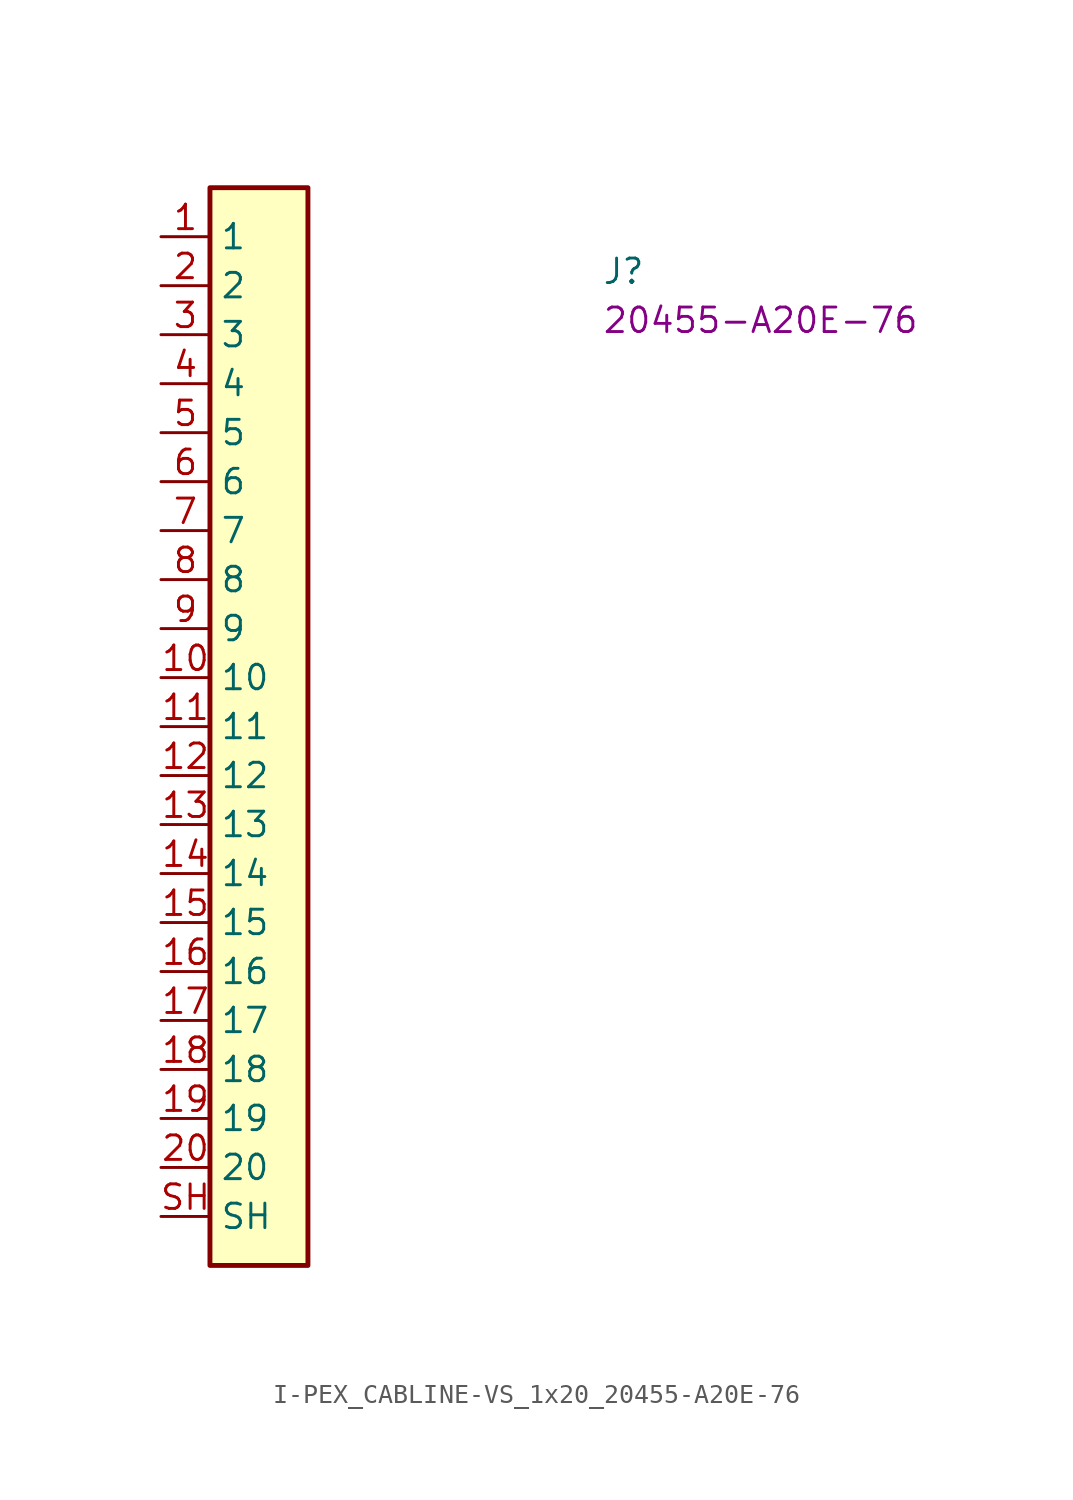
<source format=kicad_sym>
(kicad_symbol_lib
  (version 20220914)
  (generator kicad_symbol_editor)
  (symbol "I-PEX_CABLINE-VS_1x20_20455-A20E-76"
    (property "Reference" "J"
      (at 22.86 -2.54 0)
      (effects (font (size 1.27 1.27) (thickness 0.15)) (justify left bottom)))
    (property "MPN" "20455-A20E-76"
      (at 22.86 -5.08 0)
      (effects (font (size 1.27 1.27) (thickness 0.15)) (justify left bottom)))
    (symbol "I-PEX_CABLINE-VS_1x20_20455-A20E-76_1_1"
      (rectangle (start 2.54 2.54) (end 7.62 -53.34) (stroke (width 0.254) (type default)) (fill (type background)))
      (pin passive line (at 0 0 0) (length 2.54) (name "1" (effects (font (size 1.27 1.27)))) (number "1" (effects (font (size 1.27 1.27)))))
      (pin passive line (at 0 -22.86 0) (length 2.54) (name "10" (effects (font (size 1.27 1.27)))) (number "10" (effects (font (size 1.27 1.27)))))
      (pin passive line (at 0 -25.4 0) (length 2.54) (name "11" (effects (font (size 1.27 1.27)))) (number "11" (effects (font (size 1.27 1.27)))))
      (pin passive line (at 0 -27.94 0) (length 2.54) (name "12" (effects (font (size 1.27 1.27)))) (number "12" (effects (font (size 1.27 1.27)))))
      (pin passive line (at 0 -30.48 0) (length 2.54) (name "13" (effects (font (size 1.27 1.27)))) (number "13" (effects (font (size 1.27 1.27)))))
      (pin passive line (at 0 -33.02 0) (length 2.54) (name "14" (effects (font (size 1.27 1.27)))) (number "14" (effects (font (size 1.27 1.27)))))
      (pin passive line (at 0 -35.56 0) (length 2.54) (name "15" (effects (font (size 1.27 1.27)))) (number "15" (effects (font (size 1.27 1.27)))))
      (pin passive line (at 0 -38.1 0) (length 2.54) (name "16" (effects (font (size 1.27 1.27)))) (number "16" (effects (font (size 1.27 1.27)))))
      (pin passive line (at 0 -40.64 0) (length 2.54) (name "17" (effects (font (size 1.27 1.27)))) (number "17" (effects (font (size 1.27 1.27)))))
      (pin passive line (at 0 -43.18 0) (length 2.54) (name "18" (effects (font (size 1.27 1.27)))) (number "18" (effects (font (size 1.27 1.27)))))
      (pin passive line (at 0 -45.72 0) (length 2.54) (name "19" (effects (font (size 1.27 1.27)))) (number "19" (effects (font (size 1.27 1.27)))))
      (pin passive line (at 0 -2.54 0) (length 2.54) (name "2" (effects (font (size 1.27 1.27)))) (number "2" (effects (font (size 1.27 1.27)))))
      (pin passive line (at 0 -48.26 0) (length 2.54) (name "20" (effects (font (size 1.27 1.27)))) (number "20" (effects (font (size 1.27 1.27)))))
      (pin passive line (at 0 -5.08 0) (length 2.54) (name "3" (effects (font (size 1.27 1.27)))) (number "3" (effects (font (size 1.27 1.27)))))
      (pin passive line (at 0 -7.62 0) (length 2.54) (name "4" (effects (font (size 1.27 1.27)))) (number "4" (effects (font (size 1.27 1.27)))))
      (pin passive line (at 0 -10.16 0) (length 2.54) (name "5" (effects (font (size 1.27 1.27)))) (number "5" (effects (font (size 1.27 1.27)))))
      (pin passive line (at 0 -12.7 0) (length 2.54) (name "6" (effects (font (size 1.27 1.27)))) (number "6" (effects (font (size 1.27 1.27)))))
      (pin passive line (at 0 -15.24 0) (length 2.54) (name "7" (effects (font (size 1.27 1.27)))) (number "7" (effects (font (size 1.27 1.27)))))
      (pin passive line (at 0 -17.78 0) (length 2.54) (name "8" (effects (font (size 1.27 1.27)))) (number "8" (effects (font (size 1.27 1.27)))))
      (pin passive line (at 0 -20.32 0) (length 2.54) (name "9" (effects (font (size 1.27 1.27)))) (number "9" (effects (font (size 1.27 1.27)))))
      (pin passive line (at 0 -50.8 0) (length 2.54) (name "SH" (effects (font (size 1.27 1.27)))) (number "SH" (effects (font (size 1.27 1.27))))))))
</source>
